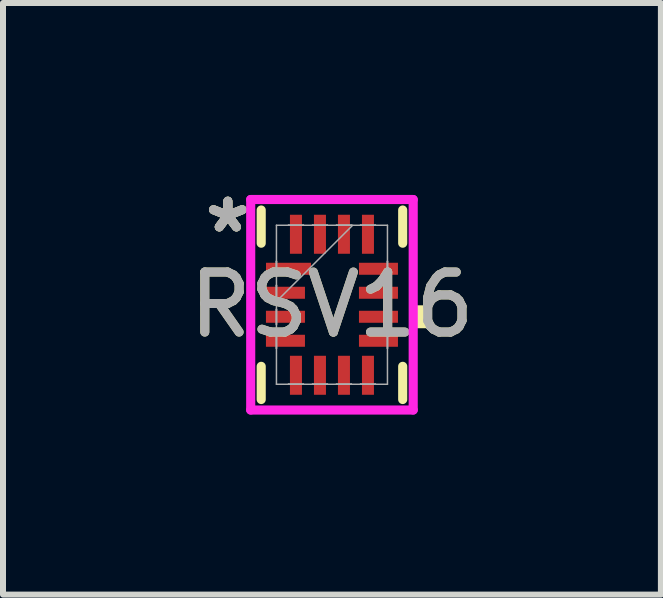
<source format=kicad_pcb>
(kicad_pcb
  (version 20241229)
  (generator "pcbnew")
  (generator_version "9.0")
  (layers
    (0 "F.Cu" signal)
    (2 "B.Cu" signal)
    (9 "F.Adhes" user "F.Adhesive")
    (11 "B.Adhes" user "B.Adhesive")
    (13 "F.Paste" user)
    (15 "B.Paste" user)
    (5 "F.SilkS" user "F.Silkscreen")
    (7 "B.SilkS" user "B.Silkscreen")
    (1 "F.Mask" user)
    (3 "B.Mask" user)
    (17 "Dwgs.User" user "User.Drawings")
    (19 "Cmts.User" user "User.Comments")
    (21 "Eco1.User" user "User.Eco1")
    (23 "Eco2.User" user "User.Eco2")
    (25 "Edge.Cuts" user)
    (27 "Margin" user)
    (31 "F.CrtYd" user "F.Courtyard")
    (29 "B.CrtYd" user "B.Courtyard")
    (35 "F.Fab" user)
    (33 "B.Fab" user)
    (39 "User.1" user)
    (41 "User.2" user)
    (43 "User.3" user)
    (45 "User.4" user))
  (footprint "RSV16"
    (layer "F.Cu")
    (at 2.482 2.029)
    (property "Reference" "RSV16" (at 0 0 0) (unlocked yes) (layer "F.SilkS") (effects (font (size 1 1) (thickness 0.15))))
    (attr smd)
    (fp_line (start -1.179 -1.579) (end -1.179 -1.026) (stroke (width 0.152) (type solid)) (layer "F.SilkS"))
    (fp_line (start -1.179 1.026) (end -1.179 1.579) (stroke (width 0.152) (type solid)) (layer "F.SilkS"))
    (fp_line (start 1.179 -1.026) (end 1.179 -1.579) (stroke (width 0.152) (type solid)) (layer "F.SilkS"))
    (fp_line (start 1.179 1.579) (end 1.179 1.026) (stroke (width 0.152) (type solid)) (layer "F.SilkS"))
    (fp_poly (pts (xy 1.608 0.009) (xy 1.608 0.391) (xy 1.354 0.391) (xy 1.354 0.009)) (stroke (width 0) (type solid)) (fill yes) (layer "F.SilkS"))
    (fp_poly (pts (xy -1.075 -0.675) (xy -1.075 -0.525) (xy -0.475 -0.525) (xy -0.475 -0.675)) (stroke (width 0) (type solid)) (fill yes) (layer "F.Paste"))
    (fp_poly (pts (xy -1.075 -0.275) (xy -1.075 -0.125) (xy -0.475 -0.125) (xy -0.475 -0.275)) (stroke (width 0) (type solid)) (fill yes) (layer "F.Paste"))
    (fp_poly (pts (xy -1.075 0.125) (xy -1.075 0.275) (xy -0.475 0.275) (xy -0.475 0.125)) (stroke (width 0) (type solid)) (fill yes) (layer "F.Paste"))
    (fp_poly (pts (xy -1.075 0.525) (xy -1.075 0.675) (xy -0.475 0.675) (xy -0.475 0.525)) (stroke (width 0) (type solid)) (fill yes) (layer "F.Paste"))
    (fp_poly (pts (xy -0.675 -1.475) (xy -0.675 -0.875) (xy -0.525 -0.875) (xy -0.525 -1.475)) (stroke (width 0) (type solid)) (fill yes) (layer "F.Paste"))
    (fp_poly (pts (xy -0.675 0.875) (xy -0.675 1.475) (xy -0.525 1.475) (xy -0.525 0.875)) (stroke (width 0) (type solid)) (fill yes) (layer "F.Paste"))
    (fp_poly (pts (xy -0.275 -1.475) (xy -0.275 -0.875) (xy -0.125 -0.875) (xy -0.125 -1.475)) (stroke (width 0) (type solid)) (fill yes) (layer "F.Paste"))
    (fp_poly (pts (xy -0.275 0.875) (xy -0.275 1.475) (xy -0.125 1.475) (xy -0.125 0.875)) (stroke (width 0) (type solid)) (fill yes) (layer "F.Paste"))
    (fp_poly (pts (xy 0.125 -1.475) (xy 0.125 -0.875) (xy 0.275 -0.875) (xy 0.275 -1.475)) (stroke (width 0) (type solid)) (fill yes) (layer "F.Paste"))
    (fp_poly (pts (xy 0.125 0.875) (xy 0.125 1.475) (xy 0.275 1.475) (xy 0.275 0.875)) (stroke (width 0) (type solid)) (fill yes) (layer "F.Paste"))
    (fp_poly (pts (xy 0.475 -0.675) (xy 0.475 -0.525) (xy 1.075 -0.525) (xy 1.075 -0.675)) (stroke (width 0) (type solid)) (fill yes) (layer "F.Paste"))
    (fp_poly (pts (xy 0.475 -0.275) (xy 0.475 -0.125) (xy 1.075 -0.125) (xy 1.075 -0.275)) (stroke (width 0) (type solid)) (fill yes) (layer "F.Paste"))
    (fp_poly (pts (xy 0.475 0.125) (xy 0.475 0.275) (xy 1.075 0.275) (xy 1.075 0.125)) (stroke (width 0) (type solid)) (fill yes) (layer "F.Paste"))
    (fp_poly (pts (xy 0.475 0.525) (xy 0.475 0.675) (xy 1.075 0.675) (xy 1.075 0.525)) (stroke (width 0) (type solid)) (fill yes) (layer "F.Paste"))
    (fp_poly (pts (xy 0.525 -1.475) (xy 0.525 -0.875) (xy 0.675 -0.875) (xy 0.675 -1.475)) (stroke (width 0) (type solid)) (fill yes) (layer "F.Paste"))
    (fp_poly (pts (xy 0.525 0.875) (xy 0.525 1.475) (xy 0.675 1.475) (xy 0.675 0.875)) (stroke (width 0) (type solid)) (fill yes) (layer "F.Paste"))
    (fp_line (start -1.354 -1.754) (end 1.354 -1.754) (stroke (width 0.152) (type solid)) (layer "F.CrtYd"))
    (fp_line (start -1.354 1.754) (end -1.354 -1.754) (stroke (width 0.152) (type solid)) (layer "F.CrtYd"))
    (fp_line (start 1.354 -1.754) (end 1.354 1.754) (stroke (width 0.152) (type solid)) (layer "F.CrtYd"))
    (fp_line (start 1.354 1.754) (end -1.354 1.754) (stroke (width 0.152) (type solid)) (layer "F.CrtYd"))
    (fp_line (start -0.925 -1.325) (end -0.925 1.325) (stroke (width 0.025) (type solid)) (layer "F.Fab"))
    (fp_line (start -0.925 -0.725) (end -0.925 -0.725) (stroke (width 0.025) (type solid)) (layer "F.Fab"))
    (fp_line (start -0.925 -0.725) (end -0.925 -0.475) (stroke (width 0.025) (type solid)) (layer "F.Fab"))
    (fp_line (start -0.925 -0.475) (end -0.925 -0.725) (stroke (width 0.025) (type solid)) (layer "F.Fab"))
    (fp_line (start -0.925 -0.475) (end -0.925 -0.475) (stroke (width 0.025) (type solid)) (layer "F.Fab"))
    (fp_line (start -0.925 -0.325) (end -0.925 -0.325) (stroke (width 0.025) (type solid)) (layer "F.Fab"))
    (fp_line (start -0.925 -0.325) (end -0.925 -0.075) (stroke (width 0.025) (type solid)) (layer "F.Fab"))
    (fp_line (start -0.925 -0.075) (end -0.925 -0.325) (stroke (width 0.025) (type solid)) (layer "F.Fab"))
    (fp_line (start -0.925 -0.075) (end -0.925 -0.075) (stroke (width 0.025) (type solid)) (layer "F.Fab"))
    (fp_line (start -0.925 -0.055) (end 0.345 -1.325) (stroke (width 0.025) (type solid)) (layer "F.Fab"))
    (fp_line (start -0.925 0.075) (end -0.925 0.075) (stroke (width 0.025) (type solid)) (layer "F.Fab"))
    (fp_line (start -0.925 0.075) (end -0.925 0.325) (stroke (width 0.025) (type solid)) (layer "F.Fab"))
    (fp_line (start -0.925 0.325) (end -0.925 0.075) (stroke (width 0.025) (type solid)) (layer "F.Fab"))
    (fp_line (start -0.925 0.325) (end -0.925 0.325) (stroke (width 0.025) (type solid)) (layer "F.Fab"))
    (fp_line (start -0.925 0.475) (end -0.925 0.475) (stroke (width 0.025) (type solid)) (layer "F.Fab"))
    (fp_line (start -0.925 0.475) (end -0.925 0.725) (stroke (width 0.025) (type solid)) (layer "F.Fab"))
    (fp_line (start -0.925 0.725) (end -0.925 0.475) (stroke (width 0.025) (type solid)) (layer "F.Fab"))
    (fp_line (start -0.925 0.725) (end -0.925 0.725) (stroke (width 0.025) (type solid)) (layer "F.Fab"))
    (fp_line (start -0.925 1.325) (end 0.925 1.325) (stroke (width 0.025) (type solid)) (layer "F.Fab"))
    (fp_line (start -0.725 -1.325) (end -0.725 -1.325) (stroke (width 0.025) (type solid)) (layer "F.Fab"))
    (fp_line (start -0.725 -1.325) (end -0.475 -1.325) (stroke (width 0.025) (type solid)) (layer "F.Fab"))
    (fp_line (start -0.725 1.325) (end -0.725 1.325) (stroke (width 0.025) (type solid)) (layer "F.Fab"))
    (fp_line (start -0.725 1.325) (end -0.475 1.325) (stroke (width 0.025) (type solid)) (layer "F.Fab"))
    (fp_line (start -0.475 -1.325) (end -0.725 -1.325) (stroke (width 0.025) (type solid)) (layer "F.Fab"))
    (fp_line (start -0.475 -1.325) (end -0.475 -1.325) (stroke (width 0.025) (type solid)) (layer "F.Fab"))
    (fp_line (start -0.475 1.325) (end -0.725 1.325) (stroke (width 0.025) (type solid)) (layer "F.Fab"))
    (fp_line (start -0.475 1.325) (end -0.475 1.325) (stroke (width 0.025) (type solid)) (layer "F.Fab"))
    (fp_line (start -0.325 -1.325) (end -0.325 -1.325) (stroke (width 0.025) (type solid)) (layer "F.Fab"))
    (fp_line (start -0.325 -1.325) (end -0.075 -1.325) (stroke (width 0.025) (type solid)) (layer "F.Fab"))
    (fp_line (start -0.325 1.325) (end -0.325 1.325) (stroke (width 0.025) (type solid)) (layer "F.Fab"))
    (fp_line (start -0.325 1.325) (end -0.075 1.325) (stroke (width 0.025) (type solid)) (layer "F.Fab"))
    (fp_line (start -0.075 -1.325) (end -0.325 -1.325) (stroke (width 0.025) (type solid)) (layer "F.Fab"))
    (fp_line (start -0.075 -1.325) (end -0.075 -1.325) (stroke (width 0.025) (type solid)) (layer "F.Fab"))
    (fp_line (start -0.075 1.325) (end -0.325 1.325) (stroke (width 0.025) (type solid)) (layer "F.Fab"))
    (fp_line (start -0.075 1.325) (end -0.075 1.325) (stroke (width 0.025) (type solid)) (layer "F.Fab"))
    (fp_line (start 0.075 -1.325) (end 0.075 -1.325) (stroke (width 0.025) (type solid)) (layer "F.Fab"))
    (fp_line (start 0.075 -1.325) (end 0.325 -1.325) (stroke (width 0.025) (type solid)) (layer "F.Fab"))
    (fp_line (start 0.075 1.325) (end 0.075 1.325) (stroke (width 0.025) (type solid)) (layer "F.Fab"))
    (fp_line (start 0.075 1.325) (end 0.325 1.325) (stroke (width 0.025) (type solid)) (layer "F.Fab"))
    (fp_line (start 0.325 -1.325) (end 0.075 -1.325) (stroke (width 0.025) (type solid)) (layer "F.Fab"))
    (fp_line (start 0.325 -1.325) (end 0.325 -1.325) (stroke (width 0.025) (type solid)) (layer "F.Fab"))
    (fp_line (start 0.325 1.325) (end 0.075 1.325) (stroke (width 0.025) (type solid)) (layer "F.Fab"))
    (fp_line (start 0.325 1.325) (end 0.325 1.325) (stroke (width 0.025) (type solid)) (layer "F.Fab"))
    (fp_line (start 0.475 -1.325) (end 0.475 -1.325) (stroke (width 0.025) (type solid)) (layer "F.Fab"))
    (fp_line (start 0.475 -1.325) (end 0.725 -1.325) (stroke (width 0.025) (type solid)) (layer "F.Fab"))
    (fp_line (start 0.475 1.325) (end 0.475 1.325) (stroke (width 0.025) (type solid)) (layer "F.Fab"))
    (fp_line (start 0.475 1.325) (end 0.725 1.325) (stroke (width 0.025) (type solid)) (layer "F.Fab"))
    (fp_line (start 0.725 -1.325) (end 0.475 -1.325) (stroke (width 0.025) (type solid)) (layer "F.Fab"))
    (fp_line (start 0.725 -1.325) (end 0.725 -1.325) (stroke (width 0.025) (type solid)) (layer "F.Fab"))
    (fp_line (start 0.725 1.325) (end 0.475 1.325) (stroke (width 0.025) (type solid)) (layer "F.Fab"))
    (fp_line (start 0.725 1.325) (end 0.725 1.325) (stroke (width 0.025) (type solid)) (layer "F.Fab"))
    (fp_line (start 0.925 -1.325) (end -0.925 -1.325) (stroke (width 0.025) (type solid)) (layer "F.Fab"))
    (fp_line (start 0.925 -0.725) (end 0.925 -0.725) (stroke (width 0.025) (type solid)) (layer "F.Fab"))
    (fp_line (start 0.925 -0.725) (end 0.925 -0.475) (stroke (width 0.025) (type solid)) (layer "F.Fab"))
    (fp_line (start 0.925 -0.475) (end 0.925 -0.725) (stroke (width 0.025) (type solid)) (layer "F.Fab"))
    (fp_line (start 0.925 -0.475) (end 0.925 -0.475) (stroke (width 0.025) (type solid)) (layer "F.Fab"))
    (fp_line (start 0.925 -0.325) (end 0.925 -0.325) (stroke (width 0.025) (type solid)) (layer "F.Fab"))
    (fp_line (start 0.925 -0.325) (end 0.925 -0.075) (stroke (width 0.025) (type solid)) (layer "F.Fab"))
    (fp_line (start 0.925 -0.075) (end 0.925 -0.325) (stroke (width 0.025) (type solid)) (layer "F.Fab"))
    (fp_line (start 0.925 -0.075) (end 0.925 -0.075) (stroke (width 0.025) (type solid)) (layer "F.Fab"))
    (fp_line (start 0.925 0.075) (end 0.925 0.075) (stroke (width 0.025) (type solid)) (layer "F.Fab"))
    (fp_line (start 0.925 0.075) (end 0.925 0.325) (stroke (width 0.025) (type solid)) (layer "F.Fab"))
    (fp_line (start 0.925 0.325) (end 0.925 0.075) (stroke (width 0.025) (type solid)) (layer "F.Fab"))
    (fp_line (start 0.925 0.325) (end 0.925 0.325) (stroke (width 0.025) (type solid)) (layer "F.Fab"))
    (fp_line (start 0.925 0.475) (end 0.925 0.475) (stroke (width 0.025) (type solid)) (layer "F.Fab"))
    (fp_line (start 0.925 0.475) (end 0.925 0.725) (stroke (width 0.025) (type solid)) (layer "F.Fab"))
    (fp_line (start 0.925 0.725) (end 0.925 0.475) (stroke (width 0.025) (type solid)) (layer "F.Fab"))
    (fp_line (start 0.925 0.725) (end 0.925 0.725) (stroke (width 0.025) (type solid)) (layer "F.Fab"))
    (fp_line (start 0.925 1.325) (end 0.925 -1.325) (stroke (width 0.025) (type solid)) (layer "F.Fab"))
    (fp_text user "*" (at -1.735 -1.181 0) (layer "F.SilkS") (effects (font (size 1 1) (thickness 0.15))))
    (fp_text user "*" (at -1.735 -1.181 0) (unlocked yes) (layer "F.SilkS") (effects (font (size 1 1) (thickness 0.15))))
    (fp_text user "${REFERENCE}" (at 0 0 0) (unlocked yes) (layer "F.Fab") (effects (font (size 1 1) (thickness 0.15))))
    (fp_text user "*" (at -1.735 -1.181 0) (layer "F.Fab") (effects (font (size 1 1) (thickness 0.15))))
    (fp_text user "*" (at -1.735 -1.181 0) (unlocked yes) (layer "F.Fab") (effects (font (size 1 1) (thickness 0.15))))
    (pad "1" smd rect (at -0.724 -0.6 90) (size 0.2 0.75) (layers "F.Cu" "F.Mask" "F.Paste"))
    (pad "2" smd rect (at -0.775 -0.2 90) (size 0.2 0.65) (layers "F.Cu" "F.Mask"))
    (pad "3" smd rect (at -0.775 0.2 90) (size 0.2 0.65) (layers "F.Cu" "F.Mask"))
    (pad "4" smd rect (at -0.775 0.6 90) (size 0.2 0.65) (layers "F.Cu" "F.Mask"))
    (pad "5" smd rect (at -0.6 1.175) (size 0.2 0.65) (layers "F.Cu" "F.Mask"))
    (pad "6" smd rect (at -0.2 1.175) (size 0.2 0.65) (layers "F.Cu" "F.Mask"))
    (pad "7" smd rect (at 0.2 1.175) (size 0.2 0.65) (layers "F.Cu" "F.Mask"))
    (pad "8" smd rect (at 0.6 1.175) (size 0.2 0.65) (layers "F.Cu" "F.Mask"))
    (pad "9" smd rect (at 0.775 0.6 90) (size 0.2 0.65) (layers "F.Cu" "F.Mask"))
    (pad "10" smd rect (at 0.775 0.2 90) (size 0.2 0.65) (layers "F.Cu" "F.Mask"))
    (pad "11" smd rect (at 0.775 -0.2 90) (size 0.2 0.65) (layers "F.Cu" "F.Mask"))
    (pad "12" smd rect (at 0.775 -0.6 90) (size 0.2 0.65) (layers "F.Cu" "F.Mask"))
    (pad "13" smd rect (at 0.6 -1.175) (size 0.2 0.65) (layers "F.Cu" "F.Mask"))
    (pad "14" smd rect (at 0.2 -1.175) (size 0.2 0.65) (layers "F.Cu" "F.Mask"))
    (pad "15" smd rect (at -0.2 -1.175) (size 0.2 0.65) (layers "F.Cu" "F.Mask"))
    (pad "16" smd rect (at -0.6 -1.175) (size 0.2 0.65) (layers "F.Cu" "F.Mask")))
  (gr_rect
    (start -3 -3)
    (end 7.964 6.859)
    (stroke (width 0.1) (type default))
    (fill no)
    (layer "Edge.Cuts")))
</source>
